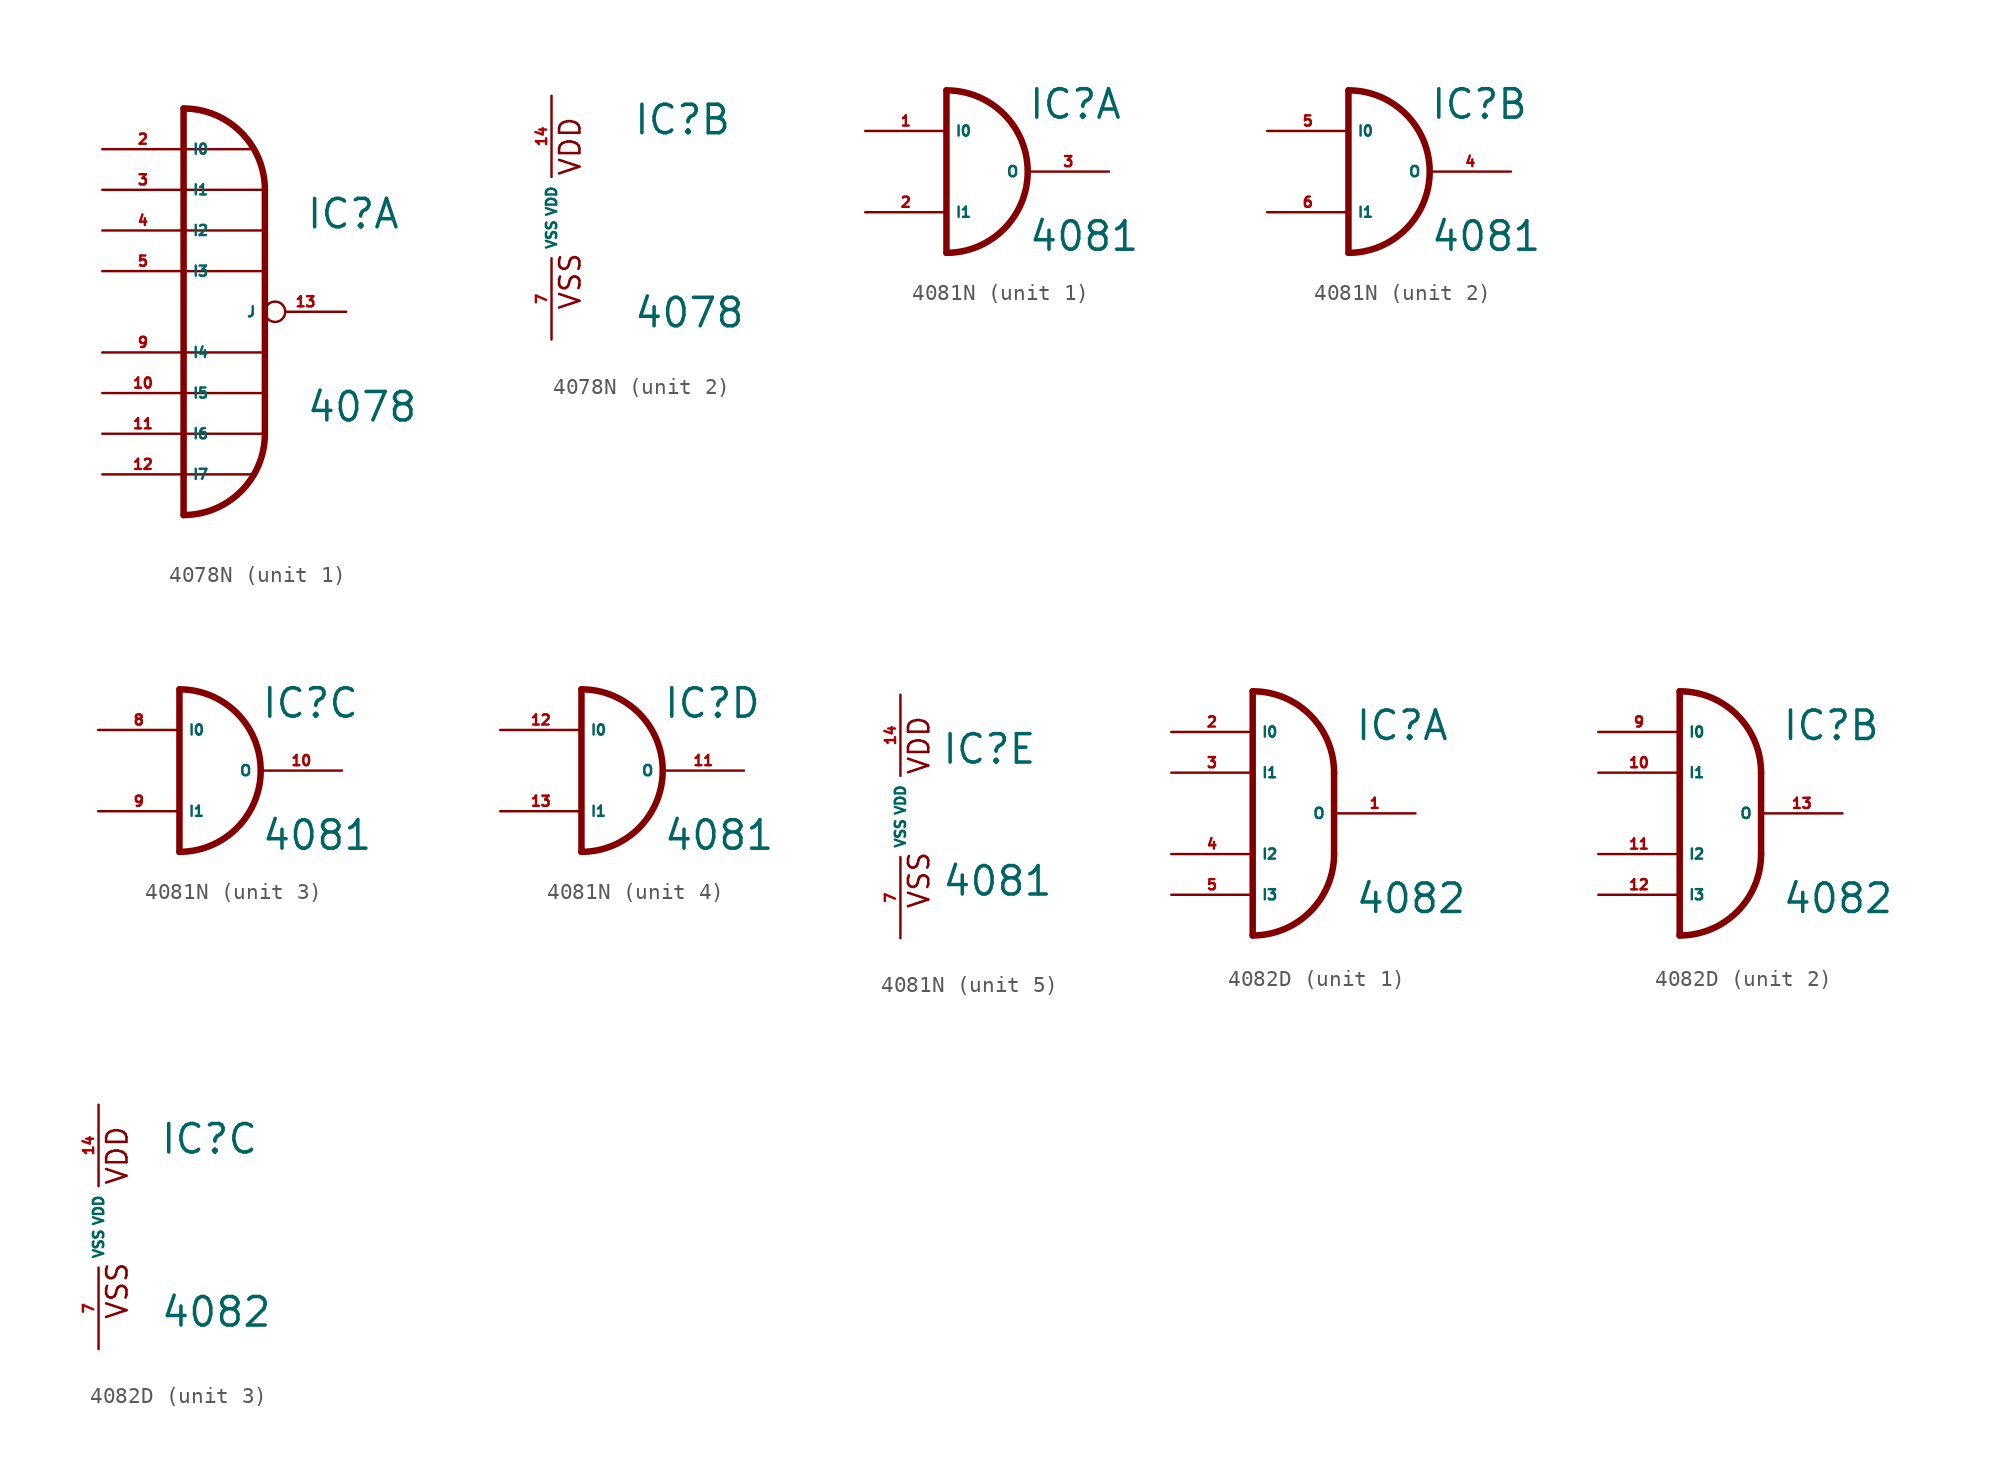
<source format=kicad_sym>
(kicad_symbol_lib
  (version 20220914)
  (generator Eagle2Kicad)
  (symbol "4078N"
    (property "Reference" "IC"
      (at 5.08 5.08 0)
      (effects (font (size 1.778 1.778) (thickness 0.22)) (justify left bottom)))
    (property "Value" "4078"
      (at 5.08 -6.985 0)
      (effects (font (size 1.778 1.778) (thickness 0.22)) (justify left bottom)))
    (symbol "4078N_1_0"
      (arc (start 2.54 7.62) (mid 1.052 11.212) (end -2.54 12.7) (stroke (width 0.4064) (type default)) (fill (type none)))
      (arc (start -2.54 -12.7) (mid 1.052 -11.212) (end 2.54 -7.62) (stroke (width 0.4064) (type default)) (fill (type none)))
      (polyline (pts (xy -2.54 7.62) (xy 2.54 7.62)) (stroke (width 0.152) (type default)) (fill (type none)))
      (polyline (pts (xy -2.54 5.08) (xy 2.54 5.08)) (stroke (width 0.152) (type default)) (fill (type none)))
      (polyline (pts (xy -2.54 2.54) (xy 2.54 2.54)) (stroke (width 0.152) (type default)) (fill (type none)))
      (polyline (pts (xy -2.54 -2.54) (xy 2.54 -2.54)) (stroke (width 0.152) (type default)) (fill (type none)))
      (polyline (pts (xy -2.54 -5.08) (xy 2.54 -5.08)) (stroke (width 0.152) (type default)) (fill (type none)))
      (polyline (pts (xy 2.54 7.62) (xy 2.54 -7.62)) (stroke (width 0.406) (type default)) (fill (type none)))
      (polyline (pts (xy -2.54 -7.62) (xy 2.54 -7.62)) (stroke (width 0.152) (type default)) (fill (type none)))
      (polyline (pts (xy 1.778 10.16) (xy -2.54 10.16)) (stroke (width 0.152) (type default)) (fill (type none)))
      (polyline (pts (xy 1.778 -10.16) (xy -2.54 -10.16)) (stroke (width 0.152) (type default)) (fill (type none)))
      (polyline (pts (xy -2.54 12.7) (xy -2.54 -12.7)) (stroke (width 0.406) (type default)) (fill (type none)))
      (pin input line (at -7.62 10.16 0) (length 5.08) (name "I0" (effects (font (size 0.635 0.635) (thickness 0.08)) (justify left bottom))) (number "2" (effects (font (size 0.635 0.635) (thickness 0.08)) (justify left bottom))))
      (pin input line (at -7.62 7.62 0) (length 5.08) (name "I1" (effects (font (size 0.635 0.635) (thickness 0.08)) (justify left bottom))) (number "3" (effects (font (size 0.635 0.635) (thickness 0.08)) (justify left bottom))))
      (pin input line (at -7.62 5.08 0) (length 5.08) (name "I2" (effects (font (size 0.635 0.635) (thickness 0.08)) (justify left bottom))) (number "4" (effects (font (size 0.635 0.635) (thickness 0.08)) (justify left bottom))))
      (pin input line (at -7.62 2.54 0) (length 5.08) (name "I3" (effects (font (size 0.635 0.635) (thickness 0.08)) (justify left bottom))) (number "5" (effects (font (size 0.635 0.635) (thickness 0.08)) (justify left bottom))))
      (pin input line (at -7.62 -2.54 0) (length 5.08) (name "I4" (effects (font (size 0.635 0.635) (thickness 0.08)) (justify left bottom))) (number "9" (effects (font (size 0.635 0.635) (thickness 0.08)) (justify left bottom))))
      (pin input line (at -7.62 -5.08 0) (length 5.08) (name "I5" (effects (font (size 0.635 0.635) (thickness 0.08)) (justify left bottom))) (number "10" (effects (font (size 0.635 0.635) (thickness 0.08)) (justify left bottom))))
      (pin input line (at -7.62 -7.62 0) (length 5.08) (name "I6" (effects (font (size 0.635 0.635) (thickness 0.08)) (justify left bottom))) (number "11" (effects (font (size 0.635 0.635) (thickness 0.08)) (justify left bottom))))
      (pin input line (at -7.62 -10.16 0) (length 5.08) (name "I7" (effects (font (size 0.635 0.635) (thickness 0.08)) (justify left bottom))) (number "12" (effects (font (size 0.635 0.635) (thickness 0.08)) (justify left bottom))))
      (pin output inverted (at 7.62 0 180) (length 5.08) (name "J" (effects (font (size 0.635 0.635) (thickness 0.08)) (justify left bottom))) (number "13" (effects (font (size 0.635 0.635) (thickness 0.08)) (justify left bottom)))))
    (symbol "4078N_2_0"
      (text "VDD" (at 1.905 2.54 900) (effects (font (size 1.27 1.27) (thickness 0.16)) (justify left bottom)))
      (text "VSS" (at 1.905 -5.842 900) (effects (font (size 1.27 1.27) (thickness 0.16)) (justify left bottom)))
      (pin unspecified line (at 0 -7.62 90) (length 5.08) (name "VSS" (effects (font (size 0.635 0.635) (thickness 0.08)) (justify left bottom))) (number "7" (effects (font (size 0.635 0.635) (thickness 0.08)) (justify left bottom))))
      (pin unspecified line (at 0 7.62 270) (length 5.08) (name "VDD" (effects (font (size 0.635 0.635) (thickness 0.08)) (justify left bottom))) (number "14" (effects (font (size 0.635 0.635) (thickness 0.08)) (justify left bottom))))))
  (symbol "4081N"
    (property "Reference" "IC"
      (at 2.54 3.175 0)
      (effects (font (size 1.778 1.778) (thickness 0.22)) (justify left bottom)))
    (property "Value" "4081"
      (at 2.54 -5.08 0)
      (effects (font (size 1.778 1.778) (thickness 0.22)) (justify left bottom)))
    (symbol "4081N_1_0"
      (polyline (pts (xy -2.54 5.08) (xy -2.54 -5.08)) (stroke (width 0.406) (type default)) (fill (type none)))
      (arc (start -2.54 -5.08) (mid 2.540 0.000) (end -2.54 5.08) (stroke (width 0.4064) (type default)) (fill (type none)))
      (pin input line (at -7.62 2.54 0) (length 5.08) (name "I0" (effects (font (size 0.635 0.635) (thickness 0.08)) (justify left bottom))) (number "1" (effects (font (size 0.635 0.635) (thickness 0.08)) (justify left bottom))))
      (pin input line (at -7.62 -2.54 0) (length 5.08) (name "I1" (effects (font (size 0.635 0.635) (thickness 0.08)) (justify left bottom))) (number "2" (effects (font (size 0.635 0.635) (thickness 0.08)) (justify left bottom))))
      (pin output line (at 7.62 0 180) (length 5.08) (name "O" (effects (font (size 0.635 0.635) (thickness 0.08)) (justify left bottom))) (number "3" (effects (font (size 0.635 0.635) (thickness 0.08)) (justify left bottom)))))
    (symbol "4081N_2_0"
      (polyline (pts (xy -2.54 5.08) (xy -2.54 -5.08)) (stroke (width 0.406) (type default)) (fill (type none)))
      (arc (start -2.54 -5.08) (mid 2.540 0.000) (end -2.54 5.08) (stroke (width 0.4064) (type default)) (fill (type none)))
      (pin input line (at -7.62 2.54 0) (length 5.08) (name "I0" (effects (font (size 0.635 0.635) (thickness 0.08)) (justify left bottom))) (number "5" (effects (font (size 0.635 0.635) (thickness 0.08)) (justify left bottom))))
      (pin input line (at -7.62 -2.54 0) (length 5.08) (name "I1" (effects (font (size 0.635 0.635) (thickness 0.08)) (justify left bottom))) (number "6" (effects (font (size 0.635 0.635) (thickness 0.08)) (justify left bottom))))
      (pin output line (at 7.62 0 180) (length 5.08) (name "O" (effects (font (size 0.635 0.635) (thickness 0.08)) (justify left bottom))) (number "4" (effects (font (size 0.635 0.635) (thickness 0.08)) (justify left bottom)))))
    (symbol "4081N_3_0"
      (polyline (pts (xy -2.54 5.08) (xy -2.54 -5.08)) (stroke (width 0.406) (type default)) (fill (type none)))
      (arc (start -2.54 -5.08) (mid 2.540 0.000) (end -2.54 5.08) (stroke (width 0.4064) (type default)) (fill (type none)))
      (pin input line (at -7.62 2.54 0) (length 5.08) (name "I0" (effects (font (size 0.635 0.635) (thickness 0.08)) (justify left bottom))) (number "8" (effects (font (size 0.635 0.635) (thickness 0.08)) (justify left bottom))))
      (pin input line (at -7.62 -2.54 0) (length 5.08) (name "I1" (effects (font (size 0.635 0.635) (thickness 0.08)) (justify left bottom))) (number "9" (effects (font (size 0.635 0.635) (thickness 0.08)) (justify left bottom))))
      (pin output line (at 7.62 0 180) (length 5.08) (name "O" (effects (font (size 0.635 0.635) (thickness 0.08)) (justify left bottom))) (number "10" (effects (font (size 0.635 0.635) (thickness 0.08)) (justify left bottom)))))
    (symbol "4081N_4_0"
      (polyline (pts (xy -2.54 5.08) (xy -2.54 -5.08)) (stroke (width 0.406) (type default)) (fill (type none)))
      (arc (start -2.54 -5.08) (mid 2.540 0.000) (end -2.54 5.08) (stroke (width 0.4064) (type default)) (fill (type none)))
      (pin input line (at -7.62 2.54 0) (length 5.08) (name "I0" (effects (font (size 0.635 0.635) (thickness 0.08)) (justify left bottom))) (number "12" (effects (font (size 0.635 0.635) (thickness 0.08)) (justify left bottom))))
      (pin input line (at -7.62 -2.54 0) (length 5.08) (name "I1" (effects (font (size 0.635 0.635) (thickness 0.08)) (justify left bottom))) (number "13" (effects (font (size 0.635 0.635) (thickness 0.08)) (justify left bottom))))
      (pin output line (at 7.62 0 180) (length 5.08) (name "O" (effects (font (size 0.635 0.635) (thickness 0.08)) (justify left bottom))) (number "11" (effects (font (size 0.635 0.635) (thickness 0.08)) (justify left bottom)))))
    (symbol "4081N_5_0"
      (text "VDD" (at 1.905 2.54 900) (effects (font (size 1.27 1.27) (thickness 0.16)) (justify left bottom)))
      (text "VSS" (at 1.905 -5.842 900) (effects (font (size 1.27 1.27) (thickness 0.16)) (justify left bottom)))
      (pin unspecified line (at 0 -7.62 90) (length 5.08) (name "VSS" (effects (font (size 0.635 0.635) (thickness 0.08)) (justify left bottom))) (number "7" (effects (font (size 0.635 0.635) (thickness 0.08)) (justify left bottom))))
      (pin unspecified line (at 0 7.62 270) (length 5.08) (name "VDD" (effects (font (size 0.635 0.635) (thickness 0.08)) (justify left bottom))) (number "14" (effects (font (size 0.635 0.635) (thickness 0.08)) (justify left bottom))))))
  (symbol "4082D"
    (property "Reference" "IC"
      (at 3.81 4.445 0)
      (effects (font (size 1.778 1.778) (thickness 0.22)) (justify left bottom)))
    (property "Value" "4082"
      (at 3.81 -6.35 0)
      (effects (font (size 1.778 1.778) (thickness 0.22)) (justify left bottom)))
    (symbol "4082D_1_0"
      (arc (start 2.54 2.54) (mid 1.052 6.132) (end -2.54 7.62) (stroke (width 0.4064) (type default)) (fill (type none)))
      (arc (start -2.54 -7.62) (mid 1.052 -6.132) (end 2.54 -2.54) (stroke (width 0.4064) (type default)) (fill (type none)))
      (polyline (pts (xy 2.54 2.54) (xy 2.54 -2.54)) (stroke (width 0.406) (type default)) (fill (type none)))
      (polyline (pts (xy -2.54 7.62) (xy -2.54 -7.62)) (stroke (width 0.406) (type default)) (fill (type none)))
      (pin output line (at 7.62 0 180) (length 5.08) (name "O" (effects (font (size 0.635 0.635) (thickness 0.08)) (justify left bottom))) (number "1" (effects (font (size 0.635 0.635) (thickness 0.08)) (justify left bottom))))
      (pin input line (at -7.62 5.08 0) (length 5.08) (name "I0" (effects (font (size 0.635 0.635) (thickness 0.08)) (justify left bottom))) (number "2" (effects (font (size 0.635 0.635) (thickness 0.08)) (justify left bottom))))
      (pin input line (at -7.62 2.54 0) (length 5.08) (name "I1" (effects (font (size 0.635 0.635) (thickness 0.08)) (justify left bottom))) (number "3" (effects (font (size 0.635 0.635) (thickness 0.08)) (justify left bottom))))
      (pin input line (at -7.62 -2.54 0) (length 5.08) (name "I2" (effects (font (size 0.635 0.635) (thickness 0.08)) (justify left bottom))) (number "4" (effects (font (size 0.635 0.635) (thickness 0.08)) (justify left bottom))))
      (pin input line (at -7.62 -5.08 0) (length 5.08) (name "I3" (effects (font (size 0.635 0.635) (thickness 0.08)) (justify left bottom))) (number "5" (effects (font (size 0.635 0.635) (thickness 0.08)) (justify left bottom)))))
    (symbol "4082D_2_0"
      (arc (start 2.54 2.54) (mid 1.052 6.132) (end -2.54 7.62) (stroke (width 0.4064) (type default)) (fill (type none)))
      (arc (start -2.54 -7.62) (mid 1.052 -6.132) (end 2.54 -2.54) (stroke (width 0.4064) (type default)) (fill (type none)))
      (polyline (pts (xy 2.54 2.54) (xy 2.54 -2.54)) (stroke (width 0.406) (type default)) (fill (type none)))
      (polyline (pts (xy -2.54 7.62) (xy -2.54 -7.62)) (stroke (width 0.406) (type default)) (fill (type none)))
      (pin output line (at 7.62 0 180) (length 5.08) (name "O" (effects (font (size 0.635 0.635) (thickness 0.08)) (justify left bottom))) (number "13" (effects (font (size 0.635 0.635) (thickness 0.08)) (justify left bottom))))
      (pin input line (at -7.62 5.08 0) (length 5.08) (name "I0" (effects (font (size 0.635 0.635) (thickness 0.08)) (justify left bottom))) (number "9" (effects (font (size 0.635 0.635) (thickness 0.08)) (justify left bottom))))
      (pin input line (at -7.62 2.54 0) (length 5.08) (name "I1" (effects (font (size 0.635 0.635) (thickness 0.08)) (justify left bottom))) (number "10" (effects (font (size 0.635 0.635) (thickness 0.08)) (justify left bottom))))
      (pin input line (at -7.62 -2.54 0) (length 5.08) (name "I2" (effects (font (size 0.635 0.635) (thickness 0.08)) (justify left bottom))) (number "11" (effects (font (size 0.635 0.635) (thickness 0.08)) (justify left bottom))))
      (pin input line (at -7.62 -5.08 0) (length 5.08) (name "I3" (effects (font (size 0.635 0.635) (thickness 0.08)) (justify left bottom))) (number "12" (effects (font (size 0.635 0.635) (thickness 0.08)) (justify left bottom)))))
    (symbol "4082D_3_0"
      (text "VDD" (at 1.905 2.54 900) (effects (font (size 1.27 1.27) (thickness 0.16)) (justify left bottom)))
      (text "VSS" (at 1.905 -5.842 900) (effects (font (size 1.27 1.27) (thickness 0.16)) (justify left bottom)))
      (pin unspecified line (at 0 -7.62 90) (length 5.08) (name "VSS" (effects (font (size 0.635 0.635) (thickness 0.08)) (justify left bottom))) (number "7" (effects (font (size 0.635 0.635) (thickness 0.08)) (justify left bottom))))
      (pin unspecified line (at 0 7.62 270) (length 5.08) (name "VDD" (effects (font (size 0.635 0.635) (thickness 0.08)) (justify left bottom))) (number "14" (effects (font (size 0.635 0.635) (thickness 0.08)) (justify left bottom)))))))
</source>
